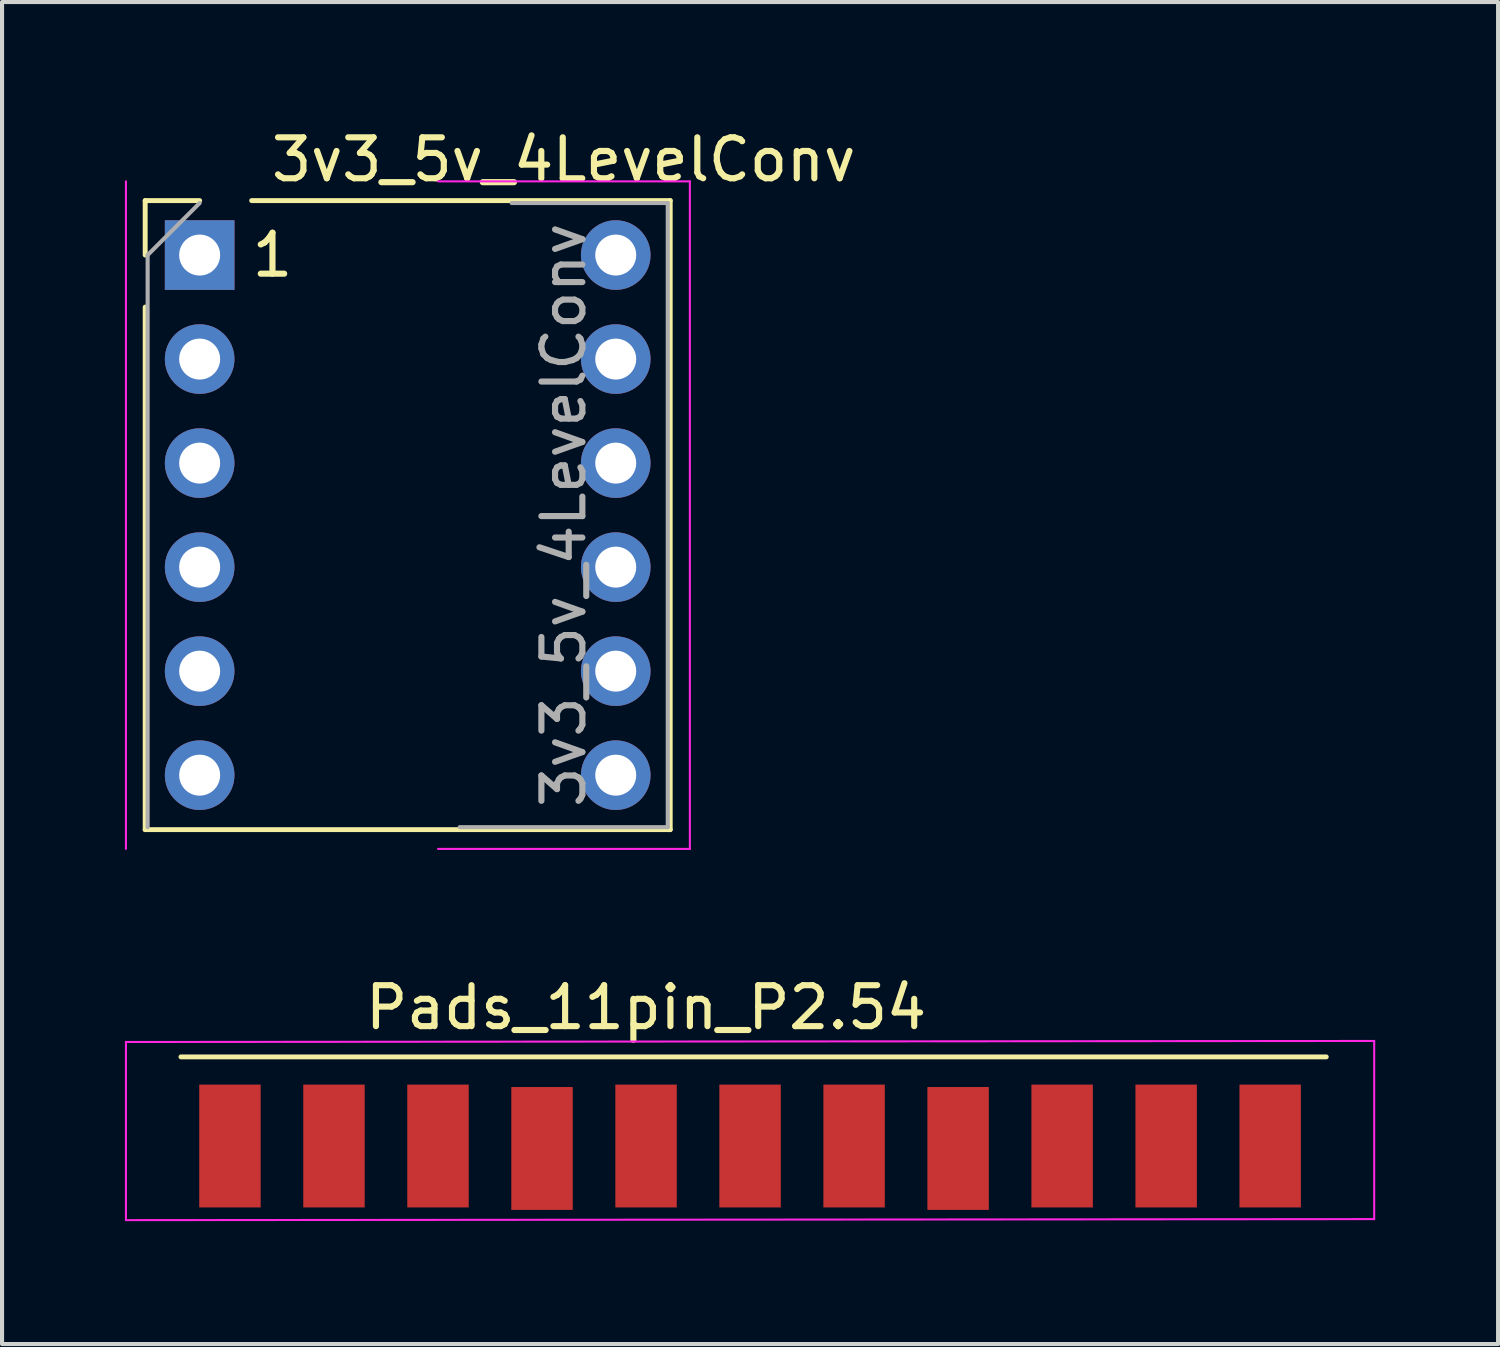
<source format=kicad_pcb>
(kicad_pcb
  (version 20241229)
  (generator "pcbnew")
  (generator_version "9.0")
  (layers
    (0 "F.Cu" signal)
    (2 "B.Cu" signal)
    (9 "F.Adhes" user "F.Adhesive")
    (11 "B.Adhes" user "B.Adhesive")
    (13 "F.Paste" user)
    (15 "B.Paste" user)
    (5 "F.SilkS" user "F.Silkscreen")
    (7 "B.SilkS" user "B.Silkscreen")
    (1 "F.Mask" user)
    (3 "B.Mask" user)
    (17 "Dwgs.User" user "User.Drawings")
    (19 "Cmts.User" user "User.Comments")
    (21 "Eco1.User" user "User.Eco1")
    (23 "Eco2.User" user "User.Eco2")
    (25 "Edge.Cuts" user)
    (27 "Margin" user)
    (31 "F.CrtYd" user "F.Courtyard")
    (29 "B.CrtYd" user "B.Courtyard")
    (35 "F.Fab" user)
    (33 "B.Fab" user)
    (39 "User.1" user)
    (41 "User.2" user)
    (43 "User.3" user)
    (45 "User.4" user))
  (footprint "Pads_11pin_P2.54"
    (layer "F.Cu")
    (at 10.185 22.393)
    (property "Reference" "Pads_11pin_P2.54" (at 2.54 -0.842 0) (layer "F.SilkS") (effects (font (size 1 1) (thickness 0.15))))
    (attr through_hole)
    (fp_line (start -8.816 0.364) (end 19.149 0.364) (stroke (width 0.12) (type solid)) (layer "F.SilkS"))
    (fp_line (start -10.16 0) (end 20.32 -0.025) (stroke (width 0.05) (type solid)) (layer "F.CrtYd"))
    (fp_line (start -10.16 4.35) (end -10.16 0) (stroke (width 0.05) (type solid)) (layer "F.CrtYd"))
    (fp_line (start 20.32 -0.025) (end 20.32 4.325) (stroke (width 0.05) (type solid)) (layer "F.CrtYd"))
    (fp_line (start 20.32 4.325) (end -10.16 4.35) (stroke (width 0.05) (type solid)) (layer "F.CrtYd"))
    (pad "1" smd rect (at -7.62 2.54) (size 1.5 3) (layers "F.Cu" "F.Mask" "F.Paste"))
    (pad "2" smd rect (at -5.08 2.54) (size 1.5 3) (layers "F.Cu" "F.Mask" "F.Paste"))
    (pad "3" smd rect (at -2.54 2.54) (size 1.5 3) (layers "F.Cu" "F.Mask" "F.Paste"))
    (pad "4" smd rect (at 0 2.6) (size 1.5 3) (layers "F.Cu" "F.Mask" "F.Paste"))
    (pad "5" smd rect (at 2.54 2.54) (size 1.5 3) (layers "F.Cu" "F.Mask" "F.Paste"))
    (pad "6" smd rect (at 5.08 2.54) (size 1.5 3) (layers "F.Cu" "F.Mask" "F.Paste"))
    (pad "7" smd rect (at 7.62 2.54) (size 1.5 3) (layers "F.Cu" "F.Mask" "F.Paste"))
    (pad "8" smd rect (at 10.16 2.6) (size 1.5 3) (layers "F.Cu" "F.Mask" "F.Paste"))
    (pad "9" smd rect (at 12.7 2.54) (size 1.5 3) (layers "F.Cu" "F.Mask" "F.Paste"))
    (pad "10" smd rect (at 15.24 2.54) (size 1.5 3) (layers "F.Cu" "F.Mask" "F.Paste"))
    (pad "11" smd rect (at 17.78 2.54) (size 1.5 3) (layers "F.Cu" "F.Mask" "F.Paste")))
  (footprint "3v3_5v_4LevelConv"
    (layer "F.Cu")
    (at 1.825 3.178)
    (property "Reference" "3v3_5v_4LevelConv" (at 8.89 -2.33 0) (layer "F.SilkS") (effects (font (size 1 1) (thickness 0.15))))
    (attr through_hole)
    (fp_line (start -1.33 -1.33) (end 0 -1.33) (stroke (width 0.12) (type solid)) (layer "F.SilkS"))
    (fp_line (start -1.33 0) (end -1.33 -1.33) (stroke (width 0.12) (type solid)) (layer "F.SilkS"))
    (fp_line (start -1.33 1.27) (end -1.33 14.03) (stroke (width 0.12) (type solid)) (layer "F.SilkS"))
    (fp_line (start -1.33 14.03) (end 11.49 14.03) (stroke (width 0.12) (type solid)) (layer "F.SilkS"))
    (fp_line (start 1.27 -1.33) (end 11.49 -1.33) (stroke (width 0.12) (type solid)) (layer "F.SilkS"))
    (fp_line (start 11.49 -1.33) (end 11.49 14.03) (stroke (width 0.12) (type solid)) (layer "F.SilkS"))
    (fp_line (start -1.8 -1.8) (end -1.8 14.5) (stroke (width 0.05) (type solid)) (layer "F.CrtYd"))
    (fp_line (start 5.82 14.5) (end 11.97 14.5) (stroke (width 0.05) (type solid)) (layer "F.CrtYd"))
    (fp_line (start 11.97 -1.8) (end 5.82 -1.8) (stroke (width 0.05) (type solid)) (layer "F.CrtYd"))
    (fp_line (start 11.97 14.5) (end 11.97 -1.8) (stroke (width 0.05) (type solid)) (layer "F.CrtYd"))
    (fp_line (start -1.27 0) (end 0 -1.27) (stroke (width 0.1) (type solid)) (layer "F.Fab"))
    (fp_line (start -1.27 13.97) (end -1.27 0) (stroke (width 0.1) (type solid)) (layer "F.Fab"))
    (fp_line (start 7.62 -1.27) (end 11.43 -1.27) (stroke (width 0.1) (type solid)) (layer "F.Fab"))
    (fp_line (start 11.43 -1.27) (end 11.43 13.97) (stroke (width 0.1) (type solid)) (layer "F.Fab"))
    (fp_line (start 11.43 13.97) (end 6.35 13.97) (stroke (width 0.1) (type solid)) (layer "F.Fab"))
    (fp_text user "1" (at 1.778 0 0) (unlocked yes) (layer "F.SilkS") (effects (font (size 1 1) (thickness 0.15))))
    (fp_text user "${REFERENCE}" (at 8.89 6.35 90) (layer "F.Fab") (effects (font (size 1 1) (thickness 0.15))))
    (pad "1" thru_hole rect (at 0 0) (size 1.7 1.7) (drill 1) (layers "*.Cu" "*.Mask"))
    (pad "2" thru_hole oval (at 10.16 0) (size 1.7 1.7) (drill 1) (layers "*.Cu" "*.Mask"))
    (pad "3" thru_hole oval (at 0 2.54) (size 1.7 1.7) (drill 1) (layers "*.Cu" "*.Mask"))
    (pad "4" thru_hole oval (at 10.16 2.54) (size 1.7 1.7) (drill 1) (layers "*.Cu" "*.Mask"))
    (pad "5" thru_hole oval (at 0 5.08) (size 1.7 1.7) (drill 1) (layers "*.Cu" "*.Mask"))
    (pad "6" thru_hole oval (at 10.16 5.08) (size 1.7 1.7) (drill 1) (layers "*.Cu" "*.Mask"))
    (pad "7" thru_hole oval (at 0 7.62) (size 1.7 1.7) (drill 1) (layers "*.Cu" "*.Mask"))
    (pad "8" thru_hole oval (at 10.16 7.62) (size 1.7 1.7) (drill 1) (layers "*.Cu" "*.Mask"))
    (pad "9" thru_hole oval (at 0 10.16) (size 1.7 1.7) (drill 1) (layers "*.Cu" "*.Mask"))
    (pad "10" thru_hole oval (at 10.16 10.16) (size 1.7 1.7) (drill 1) (layers "*.Cu" "*.Mask"))
    (pad "11" thru_hole oval (at 0 12.7) (size 1.7 1.7) (drill 1) (layers "*.Cu" "*.Mask"))
    (pad "12" thru_hole oval (at 10.16 12.7) (size 1.7 1.7) (drill 1) (layers "*.Cu" "*.Mask")))
  (gr_rect
    (start -3 -3)
    (end 33.53 29.768)
    (stroke (width 0.1) (type default))
    (fill no)
    (layer "Edge.Cuts")))
</source>
